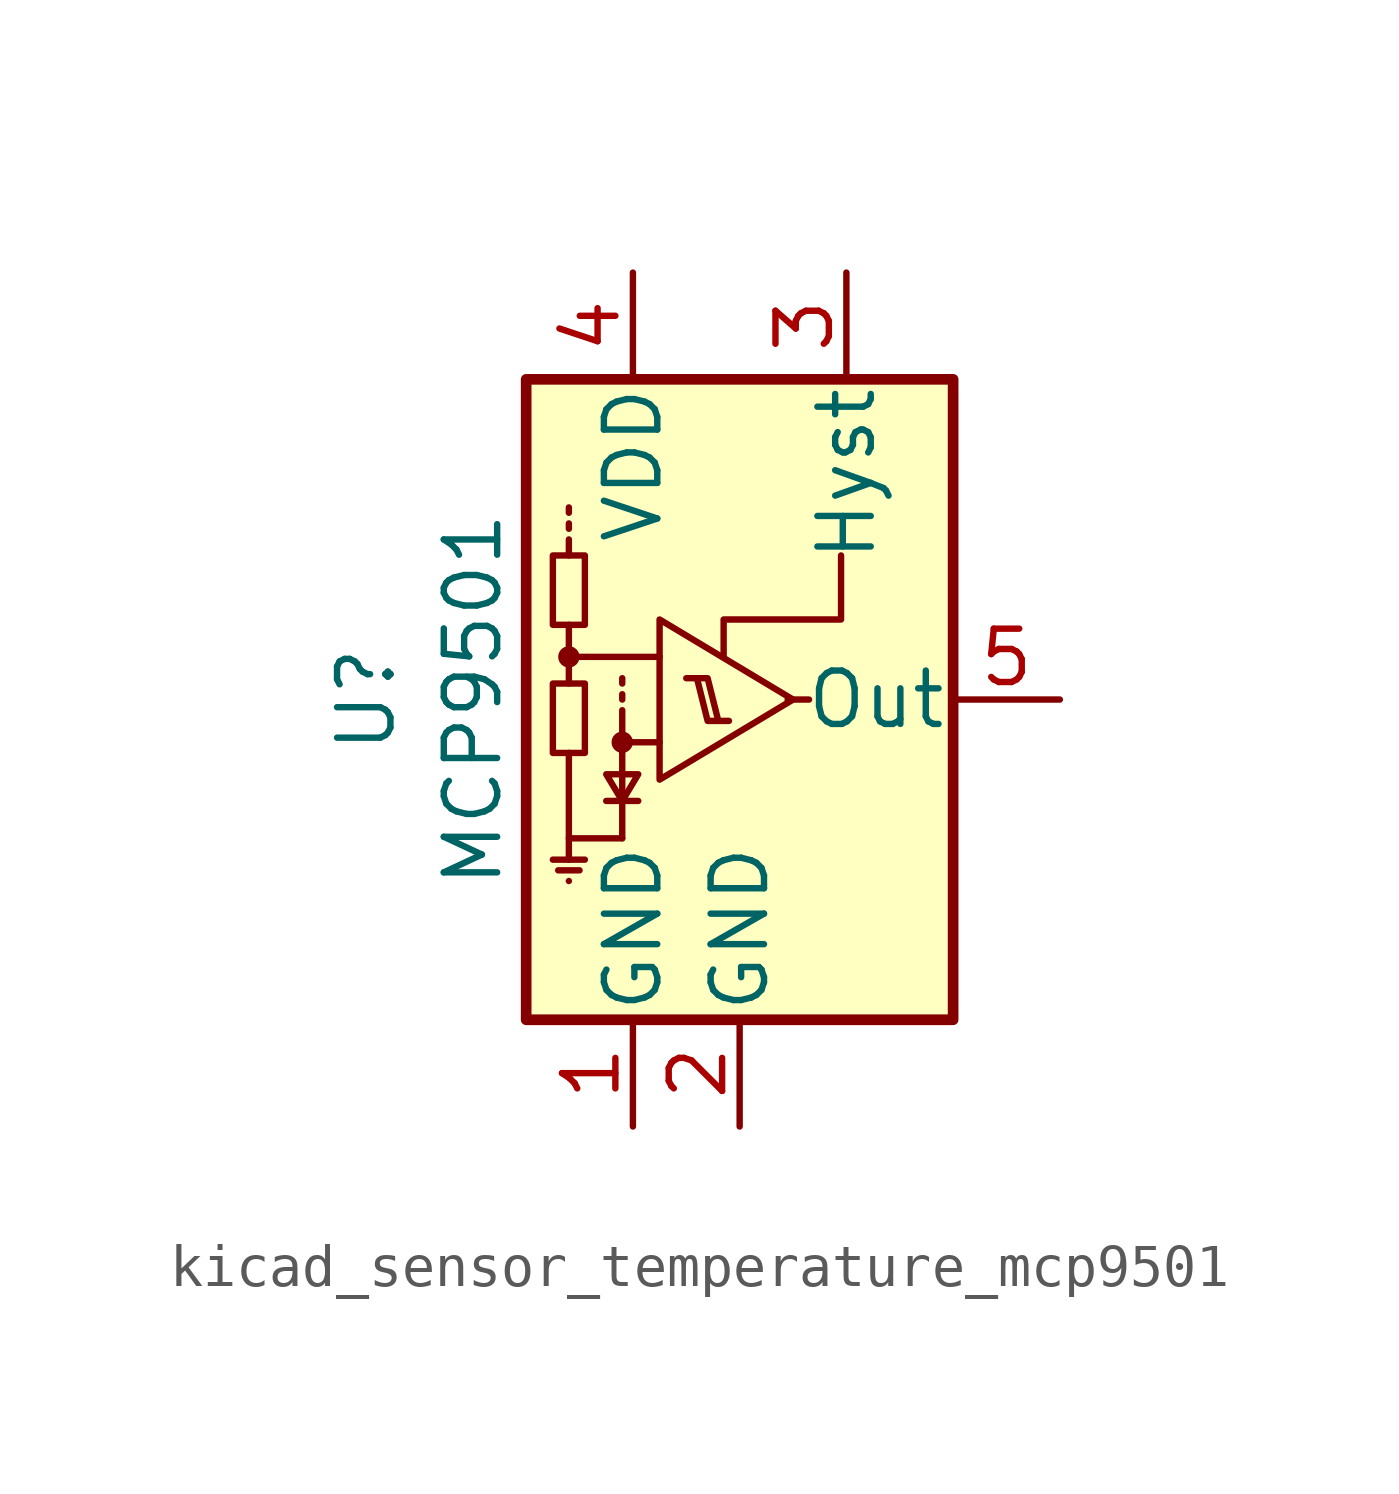
<source format=kicad_sym>
(kicad_symbol_lib
  (version 20220914)
  (generator kicad_symbol_editor)
  (symbol "kicad_sensor_temperature_mcp9501"
    (pin_names
      (offset 0.127))
    (property "Reference" "U"
      (at -6.35 0 90)
      (effects (font (size 1.27 1.27))))
    (property "Value" "MCP9501"
      (at -3.81 0 90)
      (effects (font (size 1.27 1.27))))
    (symbol "kicad_sensor_temperature_mcp9501_0_1"
      (rectangle (start -2.54 7.62) (end 7.62 -7.62) (stroke (width 0.254) (type default)) (fill (type background)))
      (rectangle (start -1.905 0.381) (end -1.143 -1.27) (stroke (width 0) (type default)) (fill (type none)))
      (rectangle (start -1.905 3.429) (end -1.143 1.778) (stroke (width 0) (type default)) (fill (type none)))
      (circle (center -1.524 1.016) (radius 0.178) (stroke (width 0) (type default)) (fill (type outline)))
      (circle (center -0.254 -1.016) (radius 0.178) (stroke (width 0) (type default)) (fill (type outline)))
      (polyline (pts (xy -1.905 -3.81) (xy -1.143 -3.81)) (stroke (width 0) (type default)) (fill (type none)))
      (polyline (pts (xy -1.778 -4.064) (xy -1.27 -4.064)) (stroke (width 0) (type default)) (fill (type none)))
      (polyline (pts (xy -1.524 -4.318) (xy -1.524 -4.318)) (stroke (width 0) (type default)) (fill (type none)))
      (polyline (pts (xy -1.524 -3.302) (xy -1.524 -3.81)) (stroke (width 0) (type default)) (fill (type none)))
      (polyline (pts (xy -1.524 1.016) (xy -1.524 0.381)) (stroke (width 0) (type default)) (fill (type none)))
      (polyline (pts (xy -1.524 3.429) (xy -1.524 3.81)) (stroke (width 0) (type default)) (fill (type none)))
      (polyline (pts (xy -1.524 4.064) (xy -1.524 4.191)) (stroke (width 0) (type default)) (fill (type none)))
      (polyline (pts (xy -1.524 4.445) (xy -1.524 4.572)) (stroke (width 0) (type default)) (fill (type none)))
      (polyline (pts (xy -0.635 -2.413) (xy 0.127 -2.413)) (stroke (width 0) (type default)) (fill (type none)))
      (polyline (pts (xy -0.254 0) (xy -0.254 0.127)) (stroke (width 0) (type default)) (fill (type none)))
      (polyline (pts (xy -0.254 0.381) (xy -0.254 0.508)) (stroke (width 0) (type default)) (fill (type none)))
      (polyline (pts (xy 3.683 0) (xy 4.191 0)) (stroke (width 0) (type default)) (fill (type none)))
      (polyline (pts (xy -1.524 -1.27) (xy -1.524 -3.302) (xy -0.254 -3.302)) (stroke (width 0) (type default)) (fill (type none)))
      (polyline (pts (xy -0.254 -1.016) (xy -0.254 -0.381) (xy -0.254 -0.254)) (stroke (width 0) (type default)) (fill (type none)))
      (polyline (pts (xy 0.635 -1.016) (xy -0.254 -1.016) (xy -0.254 -3.302)) (stroke (width 0) (type default)) (fill (type none)))
      (polyline (pts (xy 0.635 1.016) (xy -1.524 1.016) (xy -1.524 1.778)) (stroke (width 0) (type default)) (fill (type none)))
      (polyline (pts (xy 1.524 0.508) (xy 1.778 -0.508) (xy 2.032 -0.508)) (stroke (width 0) (type default)) (fill (type none)))
      (polyline (pts (xy 0.127 -1.778) (xy -0.635 -1.778) (xy -0.254 -2.413) (xy 0.127 -1.778)) (stroke (width 0) (type default)) (fill (type none)))
      (polyline (pts (xy 1.27 0.508) (xy 1.778 0.508) (xy 2.032 -0.508) (xy 2.286 -0.508)) (stroke (width 0) (type default)) (fill (type none)))
      (polyline (pts (xy 3.81 0) (xy 0.635 1.905) (xy 0.635 -1.905) (xy 3.81 0)) (stroke (width 0) (type default)) (fill (type none)))
      (polyline (pts (xy 4.953 3.429) (xy 4.953 1.905) (xy 2.159 1.905) (xy 2.159 1.016)) (stroke (width 0) (type default)) (fill (type none))))
    (symbol "kicad_sensor_temperature_mcp9501_1_1"
      (pin power_in line (at 0 -10.16 90) (length 2.54) (name "GND" (effects (font (size 1.27 1.27)))) (number "1" (effects (font (size 1.27 1.27)))))
      (pin power_in line (at 2.54 -10.16 90) (length 2.54) (name "GND" (effects (font (size 1.27 1.27)))) (number "2" (effects (font (size 1.27 1.27)))))
      (pin input line (at 5.08 10.16 270) (length 2.54) (name "Hyst" (effects (font (size 1.27 1.27)))) (number "3" (effects (font (size 1.27 1.27)))))
      (pin power_in line (at 0 10.16 270) (length 2.54) (name "VDD" (effects (font (size 1.27 1.27)))) (number "4" (effects (font (size 1.27 1.27)))))
      (pin open_collector line (at 10.16 0 180) (length 2.54) (name "Out" (effects (font (size 1.27 1.27)))) (number "5" (effects (font (size 1.27 1.27))))))))
</source>
